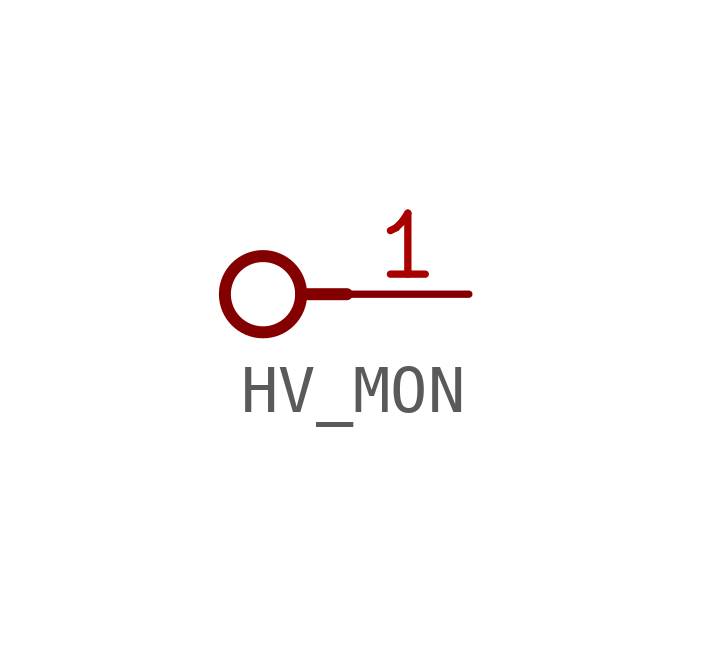
<source format=kicad_sym>
(kicad_symbol_lib
  (version 20231120)
  (generator "kicad_symbol_editor")
  (generator_version "8.0")
  (symbol "HV_MON"
    (power)
    (property "Reference" "#NetPort"
      (at 0 0 0)
      (effects (font (size 1.27 1.27)) (hide yes)))
    (property "ki_locked" ""
      (at 0 0 0)
      (effects (font (size 1.27 1.27))))
    (symbol "HV_MON_1_0"
      (circle (center -0.476 0) (radius 0.794) (stroke (width 0.25) (type solid)) (fill (type none)))
      (polyline (pts (xy 1.27 0) (xy 0.317 0)) (stroke (width 0.25) (type solid)) (fill (type none)))
      (pin power_in line (at 3.81 0 180) (length 2.54) (name "1" (effects (font (size 0 0)))) (number "1" (effects (font (size 1.27 1.27))))))))
</source>
